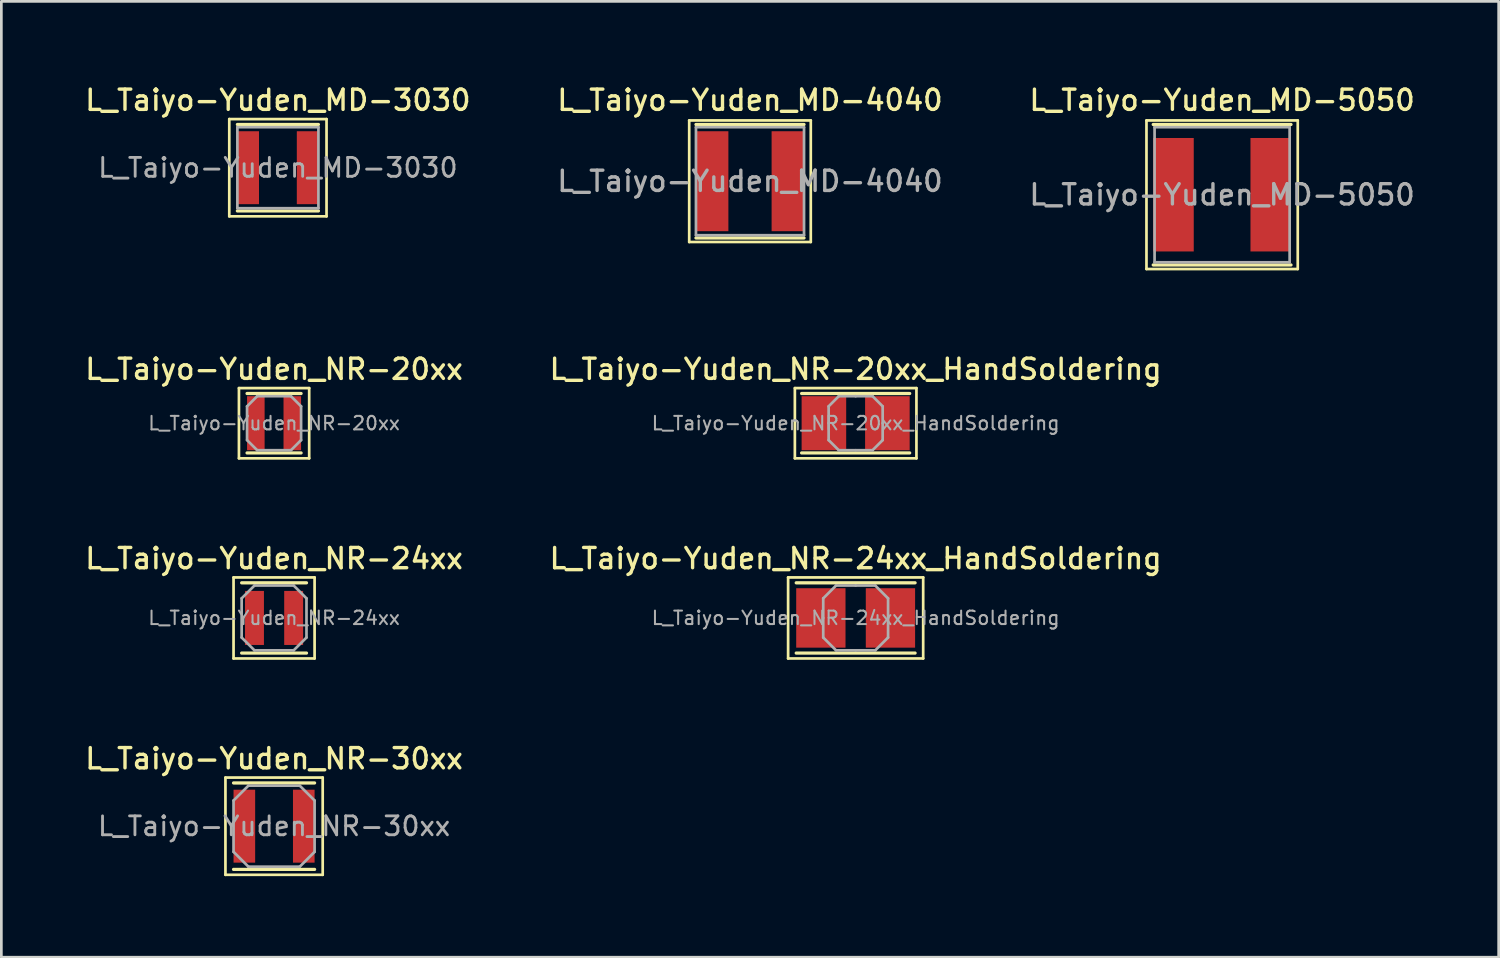
<source format=kicad_pcb>
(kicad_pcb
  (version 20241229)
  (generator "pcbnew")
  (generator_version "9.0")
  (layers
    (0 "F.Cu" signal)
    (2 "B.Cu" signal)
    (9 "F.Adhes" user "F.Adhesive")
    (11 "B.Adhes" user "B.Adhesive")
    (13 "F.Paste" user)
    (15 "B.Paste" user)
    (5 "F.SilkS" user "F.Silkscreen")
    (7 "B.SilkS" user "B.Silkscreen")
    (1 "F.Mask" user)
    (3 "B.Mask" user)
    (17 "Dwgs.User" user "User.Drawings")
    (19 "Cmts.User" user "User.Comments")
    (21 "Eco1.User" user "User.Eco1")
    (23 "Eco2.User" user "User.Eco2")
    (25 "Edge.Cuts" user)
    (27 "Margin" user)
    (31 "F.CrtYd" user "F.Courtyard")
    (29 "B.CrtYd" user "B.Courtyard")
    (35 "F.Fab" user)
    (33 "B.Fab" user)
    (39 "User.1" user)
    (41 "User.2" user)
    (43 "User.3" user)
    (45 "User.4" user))
  (footprint "L_Taiyo-Yuden_MD-4040"
    (layer "F.Cu")
    (at 24.712 3.658)
    (property "Reference" "L_Taiyo-Yuden_MD-4040" (at 0 -3 0) (layer "F.SilkS") (effects (font (size 0.75 0.75) (thickness 0.125))))
    (attr smd)
    (fp_line (start -2.25 -2.25) (end -2.25 2.25) (stroke (width 0.1) (type solid)) (layer "F.SilkS"))
    (fp_line (start -2.25 2.25) (end 2.25 2.25) (stroke (width 0.1) (type solid)) (layer "F.SilkS"))
    (fp_line (start -2 -2.1) (end 2 -2.1) (stroke (width 0.12) (type solid)) (layer "F.SilkS"))
    (fp_line (start -2 2.1) (end 2 2.1) (stroke (width 0.12) (type solid)) (layer "F.SilkS"))
    (fp_line (start 2.25 -2.25) (end -2.25 -2.25) (stroke (width 0.1) (type solid)) (layer "F.SilkS"))
    (fp_line (start 2.25 2.25) (end 2.25 -2.25) (stroke (width 0.1) (type solid)) (layer "F.SilkS"))
    (fp_line (start -2 -2) (end -2 2) (stroke (width 0.1) (type solid)) (layer "F.Fab"))
    (fp_line (start -2 2) (end 2 2) (stroke (width 0.1) (type solid)) (layer "F.Fab"))
    (fp_line (start 2 -2) (end -2 -2) (stroke (width 0.1) (type solid)) (layer "F.Fab"))
    (fp_line (start 2 2) (end 2 -2) (stroke (width 0.1) (type solid)) (layer "F.Fab"))
    (fp_text user "${REFERENCE}" (at 0 0 0) (layer "F.Fab") (effects (font (size 0.75 0.75) (thickness 0.125))))
    (pad "1" smd rect (at -1.4 0) (size 1.2 3.7) (layers "F.Cu" "F.Mask" "F.Paste"))
    (pad "2" smd rect (at 1.4 0) (size 1.2 3.7) (layers "F.Cu" "F.Mask" "F.Paste")))
  (footprint "L_Taiyo-Yuden_NR-20xx"
    (layer "F.Cu")
    (at 7.095 12.616)
    (property "Reference" "L_Taiyo-Yuden_NR-20xx" (at 0 -2 0) (layer "F.SilkS") (effects (font (size 0.75 0.75) (thickness 0.125))))
    (attr smd)
    (fp_line (start -1.3 -1.3) (end -1.3 1.3) (stroke (width 0.1) (type solid)) (layer "F.SilkS"))
    (fp_line (start -1.3 1.3) (end 1.3 1.3) (stroke (width 0.1) (type solid)) (layer "F.SilkS"))
    (fp_line (start -1 -1.1) (end 1 -1.1) (stroke (width 0.12) (type solid)) (layer "F.SilkS"))
    (fp_line (start -1 1.1) (end 1 1.1) (stroke (width 0.12) (type solid)) (layer "F.SilkS"))
    (fp_line (start 1.3 -1.3) (end -1.3 -1.3) (stroke (width 0.1) (type solid)) (layer "F.SilkS"))
    (fp_line (start 1.3 1.3) (end 1.3 -1.3) (stroke (width 0.1) (type solid)) (layer "F.SilkS"))
    (fp_line (start -1 -0.625) (end -1 0.625) (stroke (width 0.1) (type solid)) (layer "F.Fab"))
    (fp_line (start -1 -0.625) (end -0.625 -1) (stroke (width 0.1) (type solid)) (layer "F.Fab"))
    (fp_line (start -1 0.625) (end -0.625 1) (stroke (width 0.1) (type solid)) (layer "F.Fab"))
    (fp_line (start -0.625 -1) (end 0.625 -1) (stroke (width 0.1) (type solid)) (layer "F.Fab"))
    (fp_line (start -0.625 1) (end 0.625 1) (stroke (width 0.1) (type solid)) (layer "F.Fab"))
    (fp_line (start 1 -0.625) (end 0.625 -1) (stroke (width 0.1) (type solid)) (layer "F.Fab"))
    (fp_line (start 1 0.625) (end 0.625 1) (stroke (width 0.1) (type solid)) (layer "F.Fab"))
    (fp_line (start 1 0.625) (end 1 -0.625) (stroke (width 0.1) (type solid)) (layer "F.Fab"))
    (fp_text user "${REFERENCE}" (at 0 0 0) (layer "F.Fab") (effects (font (size 0.5 0.5) (thickness 0.075))))
    (pad "1" smd rect (at -0.675 0) (size 0.65 2) (layers "F.Cu" "F.Mask" "F.Paste"))
    (pad "2" smd rect (at 0.675 0) (size 0.65 2) (layers "F.Cu" "F.Mask" "F.Paste")))
  (footprint "L_Taiyo-Yuden_MD-5050"
    (layer "F.Cu")
    (at 42.188 4.158)
    (property "Reference" "L_Taiyo-Yuden_MD-5050" (at 0 -3.5 0) (layer "F.SilkS") (effects (font (size 0.75 0.75) (thickness 0.125))))
    (attr smd)
    (fp_line (start -2.8 -2.75) (end -2.8 2.75) (stroke (width 0.1) (type solid)) (layer "F.SilkS"))
    (fp_line (start -2.8 2.75) (end 2.8 2.75) (stroke (width 0.1) (type solid)) (layer "F.SilkS"))
    (fp_line (start -2.55 -2.6) (end 2.55 -2.6) (stroke (width 0.12) (type solid)) (layer "F.SilkS"))
    (fp_line (start -2.55 2.6) (end 2.55 2.6) (stroke (width 0.12) (type solid)) (layer "F.SilkS"))
    (fp_line (start 2.8 -2.75) (end -2.8 -2.75) (stroke (width 0.1) (type solid)) (layer "F.SilkS"))
    (fp_line (start 2.8 2.75) (end 2.8 -2.75) (stroke (width 0.1) (type solid)) (layer "F.SilkS"))
    (fp_line (start -2.5 -2.5) (end -2.5 2.5) (stroke (width 0.1) (type solid)) (layer "F.Fab"))
    (fp_line (start -2.5 2.5) (end 2.5 2.5) (stroke (width 0.1) (type solid)) (layer "F.Fab"))
    (fp_line (start 2.5 -2.5) (end -2.5 -2.5) (stroke (width 0.1) (type solid)) (layer "F.Fab"))
    (fp_line (start 2.5 2.5) (end 2.5 -2.5) (stroke (width 0.1) (type solid)) (layer "F.Fab"))
    (fp_text user "${REFERENCE}" (at 0 0 0) (layer "F.Fab") (effects (font (size 0.75 0.75) (thickness 0.125))))
    (pad "1" smd rect (at -1.8 0) (size 1.5 4.2) (layers "F.Cu" "F.Mask" "F.Paste"))
    (pad "2" smd rect (at 1.8 0) (size 1.5 4.2) (layers "F.Cu" "F.Mask" "F.Paste")))
  (footprint "L_Taiyo-Yuden_NR-24xx_HandSoldering"
    (layer "F.Cu")
    (at 28.623 19.824)
    (property "Reference" "L_Taiyo-Yuden_NR-24xx_HandSoldering" (at 0 -2.2 0) (layer "F.SilkS") (effects (font (size 0.75 0.75) (thickness 0.125))))
    (attr smd)
    (fp_line (start -2.5 -1.5) (end -2.5 1.5) (stroke (width 0.1) (type solid)) (layer "F.SilkS"))
    (fp_line (start -2.5 1.5) (end 2.5 1.5) (stroke (width 0.1) (type solid)) (layer "F.SilkS"))
    (fp_line (start -2.2 -1.3) (end 2.2 -1.3) (stroke (width 0.12) (type solid)) (layer "F.SilkS"))
    (fp_line (start -2.2 1.3) (end 2.2 1.3) (stroke (width 0.12) (type solid)) (layer "F.SilkS"))
    (fp_line (start 2.5 -1.5) (end -2.5 -1.5) (stroke (width 0.1) (type solid)) (layer "F.SilkS"))
    (fp_line (start 2.5 1.5) (end 2.5 -1.5) (stroke (width 0.1) (type solid)) (layer "F.SilkS"))
    (fp_line (start -1.2 -0.725) (end -0.725 -1.2) (stroke (width 0.1) (type solid)) (layer "F.Fab"))
    (fp_line (start -1.2 0) (end -1.2 -0.725) (stroke (width 0.1) (type solid)) (layer "F.Fab"))
    (fp_line (start -1.2 0) (end -1.2 0.725) (stroke (width 0.1) (type solid)) (layer "F.Fab"))
    (fp_line (start -1.2 0.725) (end -0.725 1.2) (stroke (width 0.1) (type solid)) (layer "F.Fab"))
    (fp_line (start -0.725 -1.2) (end 0 -1.2) (stroke (width 0.1) (type solid)) (layer "F.Fab"))
    (fp_line (start -0.725 1.2) (end 0 1.2) (stroke (width 0.1) (type solid)) (layer "F.Fab"))
    (fp_line (start 0.725 -1.2) (end 0 -1.2) (stroke (width 0.1) (type solid)) (layer "F.Fab"))
    (fp_line (start 0.725 1.2) (end 0 1.2) (stroke (width 0.1) (type solid)) (layer "F.Fab"))
    (fp_line (start 1.2 -0.725) (end 0.725 -1.2) (stroke (width 0.1) (type solid)) (layer "F.Fab"))
    (fp_line (start 1.2 0) (end 1.2 -0.725) (stroke (width 0.1) (type solid)) (layer "F.Fab"))
    (fp_line (start 1.2 0) (end 1.2 0.725) (stroke (width 0.1) (type solid)) (layer "F.Fab"))
    (fp_line (start 1.2 0.725) (end 0.725 1.2) (stroke (width 0.1) (type solid)) (layer "F.Fab"))
    (fp_text user "${REFERENCE}" (at 0 0 0) (layer "F.Fab") (effects (font (size 0.5 0.5) (thickness 0.075))))
    (pad "1" smd rect (at -1.288 0) (size 1.825 2.2) (layers "F.Cu" "F.Mask" "F.Paste"))
    (pad "2" smd rect (at 1.288 0) (size 1.825 2.2) (layers "F.Cu" "F.Mask" "F.Paste")))
  (footprint "L_Taiyo-Yuden_MD-3030"
    (layer "F.Cu")
    (at 7.237 3.158)
    (property "Reference" "L_Taiyo-Yuden_MD-3030" (at 0 -2.5 0) (layer "F.SilkS") (effects (font (size 0.75 0.75) (thickness 0.125))))
    (attr smd)
    (fp_line (start -1.8 -1.8) (end -1.8 1.8) (stroke (width 0.1) (type solid)) (layer "F.SilkS"))
    (fp_line (start -1.8 1.8) (end 1.8 1.8) (stroke (width 0.1) (type solid)) (layer "F.SilkS"))
    (fp_line (start -1.5 -1.6) (end 1.5 -1.6) (stroke (width 0.12) (type solid)) (layer "F.SilkS"))
    (fp_line (start -1.5 1.6) (end 1.5 1.6) (stroke (width 0.12) (type solid)) (layer "F.SilkS"))
    (fp_line (start 1.8 -1.8) (end -1.8 -1.8) (stroke (width 0.1) (type solid)) (layer "F.SilkS"))
    (fp_line (start 1.8 1.8) (end 1.8 -1.8) (stroke (width 0.1) (type solid)) (layer "F.SilkS"))
    (fp_line (start -1.5 -1.5) (end -1.5 1.5) (stroke (width 0.1) (type solid)) (layer "F.Fab"))
    (fp_line (start -1.5 1.5) (end 1.5 1.5) (stroke (width 0.1) (type solid)) (layer "F.Fab"))
    (fp_line (start 1.5 -1.5) (end -1.5 -1.5) (stroke (width 0.1) (type solid)) (layer "F.Fab"))
    (fp_line (start 1.5 1.5) (end 1.5 -1.5) (stroke (width 0.1) (type solid)) (layer "F.Fab"))
    (fp_text user "${REFERENCE}" (at 0 0 0) (layer "F.Fab") (effects (font (size 0.7 0.7) (thickness 0.105))))
    (pad "1" smd rect (at -1.1 0) (size 0.8 2.7) (layers "F.Cu" "F.Mask" "F.Paste"))
    (pad "2" smd rect (at 1.1 0) (size 0.8 2.7) (layers "F.Cu" "F.Mask" "F.Paste")))
  (footprint "L_Taiyo-Yuden_NR-24xx"
    (layer "F.Cu")
    (at 7.095 19.824)
    (property "Reference" "L_Taiyo-Yuden_NR-24xx" (at 0 -2.2 0) (layer "F.SilkS") (effects (font (size 0.75 0.75) (thickness 0.125))))
    (attr smd)
    (fp_line (start -1.5 -1.5) (end -1.5 1.5) (stroke (width 0.1) (type solid)) (layer "F.SilkS"))
    (fp_line (start -1.5 1.5) (end 1.5 1.5) (stroke (width 0.1) (type solid)) (layer "F.SilkS"))
    (fp_line (start -1.2 -1.3) (end 1.2 -1.3) (stroke (width 0.12) (type solid)) (layer "F.SilkS"))
    (fp_line (start -1.2 1.3) (end 1.2 1.3) (stroke (width 0.12) (type solid)) (layer "F.SilkS"))
    (fp_line (start 1.5 -1.5) (end -1.5 -1.5) (stroke (width 0.1) (type solid)) (layer "F.SilkS"))
    (fp_line (start 1.5 1.5) (end 1.5 -1.5) (stroke (width 0.1) (type solid)) (layer "F.SilkS"))
    (fp_line (start -1.2 -0.725) (end -1.2 0.725) (stroke (width 0.1) (type solid)) (layer "F.Fab"))
    (fp_line (start -1.2 -0.725) (end -0.725 -1.2) (stroke (width 0.1) (type solid)) (layer "F.Fab"))
    (fp_line (start -1.2 0.725) (end -0.725 1.2) (stroke (width 0.1) (type solid)) (layer "F.Fab"))
    (fp_line (start -0.725 -1.2) (end 0.725 -1.2) (stroke (width 0.1) (type solid)) (layer "F.Fab"))
    (fp_line (start -0.725 1.2) (end 0.725 1.2) (stroke (width 0.1) (type solid)) (layer "F.Fab"))
    (fp_line (start 1.2 -0.725) (end 0.725 -1.2) (stroke (width 0.1) (type solid)) (layer "F.Fab"))
    (fp_line (start 1.2 -0.725) (end 1.2 0.725) (stroke (width 0.1) (type solid)) (layer "F.Fab"))
    (fp_line (start 1.2 0.725) (end 0.725 1.2) (stroke (width 0.1) (type solid)) (layer "F.Fab"))
    (fp_text user "${REFERENCE}" (at 0 0 0) (layer "F.Fab") (effects (font (size 0.5 0.5) (thickness 0.075))))
    (pad "1" smd rect (at -0.725 0) (size 0.7 2) (layers "F.Cu" "F.Mask" "F.Paste"))
    (pad "2" smd rect (at 0.725 0) (size 0.7 2) (layers "F.Cu" "F.Mask" "F.Paste")))
  (footprint "L_Taiyo-Yuden_NR-30xx"
    (layer "F.Cu")
    (at 7.095 27.532)
    (property "Reference" "L_Taiyo-Yuden_NR-30xx" (at 0 -2.5 0) (layer "F.SilkS") (effects (font (size 0.75 0.75) (thickness 0.125))))
    (attr smd)
    (fp_line (start -1.8 -1.8) (end -1.8 1.8) (stroke (width 0.1) (type solid)) (layer "F.SilkS"))
    (fp_line (start -1.8 1.8) (end 1.8 1.8) (stroke (width 0.1) (type solid)) (layer "F.SilkS"))
    (fp_line (start -1.5 -1.6) (end 1.5 -1.6) (stroke (width 0.12) (type solid)) (layer "F.SilkS"))
    (fp_line (start -1.5 1.6) (end 1.5 1.6) (stroke (width 0.12) (type solid)) (layer "F.SilkS"))
    (fp_line (start 1.8 -1.8) (end -1.8 -1.8) (stroke (width 0.1) (type solid)) (layer "F.SilkS"))
    (fp_line (start 1.8 1.8) (end 1.8 -1.8) (stroke (width 0.1) (type solid)) (layer "F.SilkS"))
    (fp_line (start -1.5 -0.95) (end -1.5 0.95) (stroke (width 0.1) (type solid)) (layer "F.Fab"))
    (fp_line (start -1.5 -0.95) (end -0.95 -1.5) (stroke (width 0.1) (type solid)) (layer "F.Fab"))
    (fp_line (start -1.5 0.95) (end -0.95 1.5) (stroke (width 0.1) (type solid)) (layer "F.Fab"))
    (fp_line (start -0.95 -1.5) (end 0.95 -1.5) (stroke (width 0.1) (type solid)) (layer "F.Fab"))
    (fp_line (start -0.95 1.5) (end 0.95 1.5) (stroke (width 0.1) (type solid)) (layer "F.Fab"))
    (fp_line (start 1.5 -0.95) (end 0.95 -1.5) (stroke (width 0.1) (type solid)) (layer "F.Fab"))
    (fp_line (start 1.5 0.95) (end 0.95 1.5) (stroke (width 0.1) (type solid)) (layer "F.Fab"))
    (fp_line (start 1.5 0.95) (end 1.5 -0.95) (stroke (width 0.1) (type solid)) (layer "F.Fab"))
    (fp_text user "${REFERENCE}" (at 0 0 0) (layer "F.Fab") (effects (font (size 0.7 0.7) (thickness 0.105))))
    (pad "1" smd rect (at -1.1 0) (size 0.8 2.7) (layers "F.Cu" "F.Mask" "F.Paste"))
    (pad "2" smd rect (at 1.1 0) (size 0.8 2.7) (layers "F.Cu" "F.Mask" "F.Paste")))
  (footprint "L_Taiyo-Yuden_NR-20xx_HandSoldering"
    (layer "F.Cu")
    (at 28.623 12.616)
    (property "Reference" "L_Taiyo-Yuden_NR-20xx_HandSoldering" (at 0 -2 0) (layer "F.SilkS") (effects (font (size 0.75 0.75) (thickness 0.125))))
    (attr smd)
    (fp_line (start -2.25 -1.3) (end -2.25 1.3) (stroke (width 0.1) (type solid)) (layer "F.SilkS"))
    (fp_line (start -2.25 1.3) (end 2.25 1.3) (stroke (width 0.1) (type solid)) (layer "F.SilkS"))
    (fp_line (start -2 -1.1) (end 2 -1.1) (stroke (width 0.12) (type solid)) (layer "F.SilkS"))
    (fp_line (start -2 1.1) (end 2 1.1) (stroke (width 0.12) (type solid)) (layer "F.SilkS"))
    (fp_line (start 2.25 -1.3) (end -2.25 -1.3) (stroke (width 0.1) (type solid)) (layer "F.SilkS"))
    (fp_line (start 2.25 1.3) (end 2.25 -1.3) (stroke (width 0.1) (type solid)) (layer "F.SilkS"))
    (fp_line (start -1 -0.625) (end -0.625 -1) (stroke (width 0.1) (type solid)) (layer "F.Fab"))
    (fp_line (start -1 0) (end -1 -0.625) (stroke (width 0.1) (type solid)) (layer "F.Fab"))
    (fp_line (start -1 0) (end -1 0.625) (stroke (width 0.1) (type solid)) (layer "F.Fab"))
    (fp_line (start -1 0.625) (end -0.625 1) (stroke (width 0.1) (type solid)) (layer "F.Fab"))
    (fp_line (start -0.625 -1) (end 0 -1) (stroke (width 0.1) (type solid)) (layer "F.Fab"))
    (fp_line (start -0.625 1) (end 0 1) (stroke (width 0.1) (type solid)) (layer "F.Fab"))
    (fp_line (start 0.625 -1) (end 0 -1) (stroke (width 0.1) (type solid)) (layer "F.Fab"))
    (fp_line (start 0.625 1) (end 0 1) (stroke (width 0.1) (type solid)) (layer "F.Fab"))
    (fp_line (start 1 -0.625) (end 0.625 -1) (stroke (width 0.1) (type solid)) (layer "F.Fab"))
    (fp_line (start 1 0) (end 1 -0.625) (stroke (width 0.1) (type solid)) (layer "F.Fab"))
    (fp_line (start 1 0) (end 1 0.625) (stroke (width 0.1) (type solid)) (layer "F.Fab"))
    (fp_line (start 1 0.625) (end 0.625 1) (stroke (width 0.1) (type solid)) (layer "F.Fab"))
    (fp_text user "${REFERENCE}" (at 0 0 0) (layer "F.Fab") (effects (font (size 0.5 0.5) (thickness 0.075))))
    (pad "1" smd rect (at -1.175 0) (size 1.65 2) (layers "F.Cu" "F.Mask" "F.Paste"))
    (pad "2" smd rect (at 1.175 0) (size 1.65 2) (layers "F.Cu" "F.Mask" "F.Paste")))
  (gr_rect
    (start -3 -3)
    (end 52.425 32.383)
    (stroke (width 0.1) (type default))
    (fill no)
    (layer "Edge.Cuts")))
</source>
